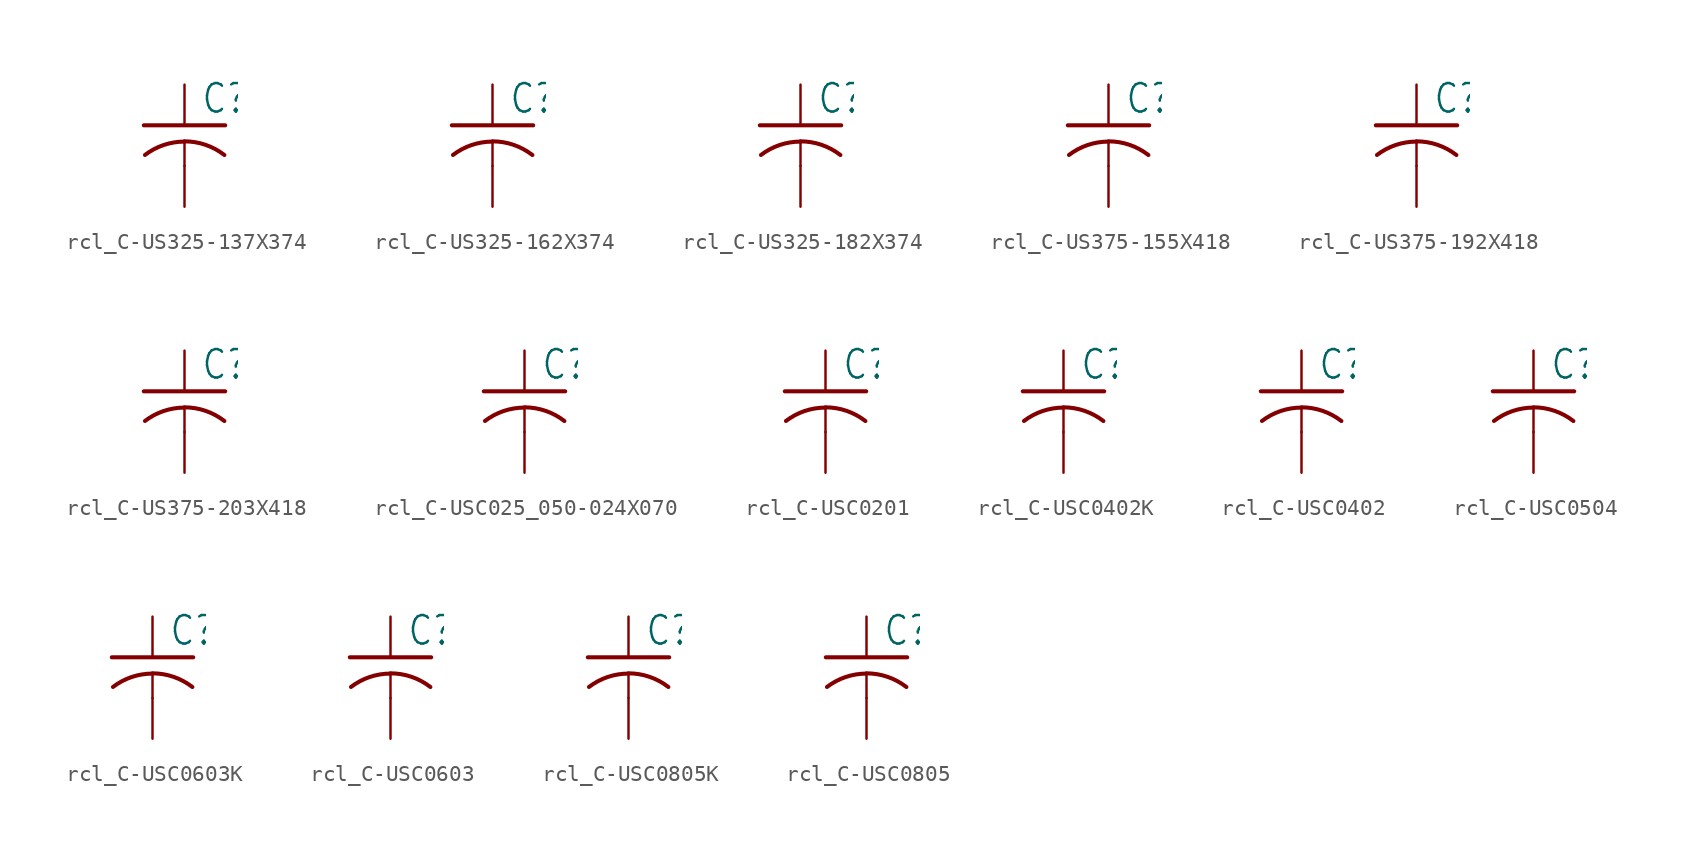
<source format=kicad_sym>
(kicad_symbol_lib
  (version 20241209)
  (generator "kicad_symbol_editor")
  (generator_version "9.0")
  (symbol "rcl_C-US325-137X374"
    (property "Reference" "C"
      (at 1.016 0.635 0)
      (effects (font (size 1.778 1.511)) (justify left bottom)))
    (property "Value" ""
      (at 1.016 -4.191 0)
      (effects (font (size 1.778 1.511)) (justify left bottom)))
    (property "ki_locked" ""
      (at 0 0 0)
      (effects (font (size 1.27 1.27))))
    (symbol "rcl_C-US325-137X374_1_0"
      (polyline (pts (xy -2.54 0) (xy 2.54 0)) (stroke (width 0.254) (type solid)) (fill (type none)))
      (polyline (pts (xy 0 -1.016) (xy 0 -2.54)) (stroke (width 0.152) (type solid)) (fill (type none)))
      (arc (start 0 -1) (mid 1.3158 -1.2195) (end 2.4892 -1.8541) (stroke (width 0.254) (type solid)) (fill (type none)))
      (arc (start -2.4668 -1.8504) (mid -1.302 -1.2303) (end 0 -1.0161) (stroke (width 0.254) (type solid)) (fill (type none)))
      (pin passive line (at 0 2.54 270) (length 2.54) (name "1" (effects (font (size 0 0)))) (number "1" (effects (font (size 0 0)))))
      (pin passive line (at 0 -5.08 90) (length 2.54) (name "2" (effects (font (size 0 0)))) (number "2" (effects (font (size 0 0)))))))
  (symbol "rcl_C-US325-162X374"
    (property "Reference" "C"
      (at 1.016 0.635 0)
      (effects (font (size 1.778 1.511)) (justify left bottom)))
    (property "Value" ""
      (at 1.016 -4.191 0)
      (effects (font (size 1.778 1.511)) (justify left bottom)))
    (property "ki_locked" ""
      (at 0 0 0)
      (effects (font (size 1.27 1.27))))
    (symbol "rcl_C-US325-162X374_1_0"
      (polyline (pts (xy -2.54 0) (xy 2.54 0)) (stroke (width 0.254) (type solid)) (fill (type none)))
      (polyline (pts (xy 0 -1.016) (xy 0 -2.54)) (stroke (width 0.152) (type solid)) (fill (type none)))
      (arc (start 0 -1) (mid 1.3158 -1.2195) (end 2.4892 -1.8541) (stroke (width 0.254) (type solid)) (fill (type none)))
      (arc (start -2.4668 -1.8504) (mid -1.302 -1.2303) (end 0 -1.0161) (stroke (width 0.254) (type solid)) (fill (type none)))
      (pin passive line (at 0 2.54 270) (length 2.54) (name "1" (effects (font (size 0 0)))) (number "1" (effects (font (size 0 0)))))
      (pin passive line (at 0 -5.08 90) (length 2.54) (name "2" (effects (font (size 0 0)))) (number "2" (effects (font (size 0 0)))))))
  (symbol "rcl_C-US325-182X374"
    (property "Reference" "C"
      (at 1.016 0.635 0)
      (effects (font (size 1.778 1.511)) (justify left bottom)))
    (property "Value" ""
      (at 1.016 -4.191 0)
      (effects (font (size 1.778 1.511)) (justify left bottom)))
    (property "ki_locked" ""
      (at 0 0 0)
      (effects (font (size 1.27 1.27))))
    (symbol "rcl_C-US325-182X374_1_0"
      (polyline (pts (xy -2.54 0) (xy 2.54 0)) (stroke (width 0.254) (type solid)) (fill (type none)))
      (polyline (pts (xy 0 -1.016) (xy 0 -2.54)) (stroke (width 0.152) (type solid)) (fill (type none)))
      (arc (start 0 -1) (mid 1.3158 -1.2195) (end 2.4892 -1.8541) (stroke (width 0.254) (type solid)) (fill (type none)))
      (arc (start -2.4668 -1.8504) (mid -1.302 -1.2303) (end 0 -1.0161) (stroke (width 0.254) (type solid)) (fill (type none)))
      (pin passive line (at 0 2.54 270) (length 2.54) (name "1" (effects (font (size 0 0)))) (number "1" (effects (font (size 0 0)))))
      (pin passive line (at 0 -5.08 90) (length 2.54) (name "2" (effects (font (size 0 0)))) (number "2" (effects (font (size 0 0)))))))
  (symbol "rcl_C-US375-155X418"
    (property "Reference" "C"
      (at 1.016 0.635 0)
      (effects (font (size 1.778 1.511)) (justify left bottom)))
    (property "Value" ""
      (at 1.016 -4.191 0)
      (effects (font (size 1.778 1.511)) (justify left bottom)))
    (property "ki_locked" ""
      (at 0 0 0)
      (effects (font (size 1.27 1.27))))
    (symbol "rcl_C-US375-155X418_1_0"
      (polyline (pts (xy -2.54 0) (xy 2.54 0)) (stroke (width 0.254) (type solid)) (fill (type none)))
      (polyline (pts (xy 0 -1.016) (xy 0 -2.54)) (stroke (width 0.152) (type solid)) (fill (type none)))
      (arc (start 0 -1) (mid 1.3158 -1.2195) (end 2.4892 -1.8541) (stroke (width 0.254) (type solid)) (fill (type none)))
      (arc (start -2.4668 -1.8504) (mid -1.302 -1.2303) (end 0 -1.0161) (stroke (width 0.254) (type solid)) (fill (type none)))
      (pin passive line (at 0 2.54 270) (length 2.54) (name "1" (effects (font (size 0 0)))) (number "1" (effects (font (size 0 0)))))
      (pin passive line (at 0 -5.08 90) (length 2.54) (name "2" (effects (font (size 0 0)))) (number "2" (effects (font (size 0 0)))))))
  (symbol "rcl_C-US375-192X418"
    (property "Reference" "C"
      (at 1.016 0.635 0)
      (effects (font (size 1.778 1.511)) (justify left bottom)))
    (property "Value" ""
      (at 1.016 -4.191 0)
      (effects (font (size 1.778 1.511)) (justify left bottom)))
    (property "ki_locked" ""
      (at 0 0 0)
      (effects (font (size 1.27 1.27))))
    (symbol "rcl_C-US375-192X418_1_0"
      (polyline (pts (xy -2.54 0) (xy 2.54 0)) (stroke (width 0.254) (type solid)) (fill (type none)))
      (polyline (pts (xy 0 -1.016) (xy 0 -2.54)) (stroke (width 0.152) (type solid)) (fill (type none)))
      (arc (start 0 -1) (mid 1.3158 -1.2195) (end 2.4892 -1.8541) (stroke (width 0.254) (type solid)) (fill (type none)))
      (arc (start -2.4668 -1.8504) (mid -1.302 -1.2303) (end 0 -1.0161) (stroke (width 0.254) (type solid)) (fill (type none)))
      (pin passive line (at 0 2.54 270) (length 2.54) (name "1" (effects (font (size 0 0)))) (number "1" (effects (font (size 0 0)))))
      (pin passive line (at 0 -5.08 90) (length 2.54) (name "2" (effects (font (size 0 0)))) (number "2" (effects (font (size 0 0)))))))
  (symbol "rcl_C-US375-203X418"
    (property "Reference" "C"
      (at 1.016 0.635 0)
      (effects (font (size 1.778 1.511)) (justify left bottom)))
    (property "Value" ""
      (at 1.016 -4.191 0)
      (effects (font (size 1.778 1.511)) (justify left bottom)))
    (property "ki_locked" ""
      (at 0 0 0)
      (effects (font (size 1.27 1.27))))
    (symbol "rcl_C-US375-203X418_1_0"
      (polyline (pts (xy -2.54 0) (xy 2.54 0)) (stroke (width 0.254) (type solid)) (fill (type none)))
      (polyline (pts (xy 0 -1.016) (xy 0 -2.54)) (stroke (width 0.152) (type solid)) (fill (type none)))
      (arc (start 0 -1) (mid 1.3158 -1.2195) (end 2.4892 -1.8541) (stroke (width 0.254) (type solid)) (fill (type none)))
      (arc (start -2.4668 -1.8504) (mid -1.302 -1.2303) (end 0 -1.0161) (stroke (width 0.254) (type solid)) (fill (type none)))
      (pin passive line (at 0 2.54 270) (length 2.54) (name "1" (effects (font (size 0 0)))) (number "1" (effects (font (size 0 0)))))
      (pin passive line (at 0 -5.08 90) (length 2.54) (name "2" (effects (font (size 0 0)))) (number "2" (effects (font (size 0 0)))))))
  (symbol "rcl_C-USC025_050-024X070"
    (property "Reference" "C"
      (at 1.016 0.635 0)
      (effects (font (size 1.778 1.511)) (justify left bottom)))
    (property "Value" ""
      (at 1.016 -4.191 0)
      (effects (font (size 1.778 1.511)) (justify left bottom)))
    (property "ki_locked" ""
      (at 0 0 0)
      (effects (font (size 1.27 1.27))))
    (symbol "rcl_C-USC025_050-024X070_1_0"
      (polyline (pts (xy -2.54 0) (xy 2.54 0)) (stroke (width 0.254) (type solid)) (fill (type none)))
      (polyline (pts (xy 0 -1.016) (xy 0 -2.54)) (stroke (width 0.152) (type solid)) (fill (type none)))
      (arc (start 0 -1) (mid 1.3158 -1.2195) (end 2.4892 -1.8541) (stroke (width 0.254) (type solid)) (fill (type none)))
      (arc (start -2.4668 -1.8504) (mid -1.302 -1.2303) (end 0 -1.0161) (stroke (width 0.254) (type solid)) (fill (type none)))
      (pin passive line (at 0 2.54 270) (length 2.54) (name "1" (effects (font (size 0 0)))) (number "1" (effects (font (size 0 0)))))
      (pin passive line (at 0 -5.08 90) (length 2.54) (name "2" (effects (font (size 0 0)))) (number "2" (effects (font (size 0 0)))))))
  (symbol "rcl_C-USC0201"
    (property "Reference" "C"
      (at 1.016 0.635 0)
      (effects (font (size 1.778 1.511)) (justify left bottom)))
    (property "Value" ""
      (at 1.016 -4.191 0)
      (effects (font (size 1.778 1.511)) (justify left bottom)))
    (property "ki_locked" ""
      (at 0 0 0)
      (effects (font (size 1.27 1.27))))
    (symbol "rcl_C-USC0201_1_0"
      (polyline (pts (xy -2.54 0) (xy 2.54 0)) (stroke (width 0.254) (type solid)) (fill (type none)))
      (polyline (pts (xy 0 -1.016) (xy 0 -2.54)) (stroke (width 0.152) (type solid)) (fill (type none)))
      (arc (start 0 -1) (mid 1.3158 -1.2195) (end 2.4892 -1.8541) (stroke (width 0.254) (type solid)) (fill (type none)))
      (arc (start -2.4668 -1.8504) (mid -1.302 -1.2303) (end 0 -1.0161) (stroke (width 0.254) (type solid)) (fill (type none)))
      (pin passive line (at 0 2.54 270) (length 2.54) (name "1" (effects (font (size 0 0)))) (number "1" (effects (font (size 0 0)))))
      (pin passive line (at 0 -5.08 90) (length 2.54) (name "2" (effects (font (size 0 0)))) (number "2" (effects (font (size 0 0)))))))
  (symbol "rcl_C-USC0402K"
    (property "Reference" "C"
      (at 1.016 0.635 0)
      (effects (font (size 1.778 1.511)) (justify left bottom)))
    (property "Value" ""
      (at 1.016 -4.191 0)
      (effects (font (size 1.778 1.511)) (justify left bottom)))
    (property "ki_locked" ""
      (at 0 0 0)
      (effects (font (size 1.27 1.27))))
    (symbol "rcl_C-USC0402K_1_0"
      (polyline (pts (xy -2.54 0) (xy 2.54 0)) (stroke (width 0.254) (type solid)) (fill (type none)))
      (polyline (pts (xy 0 -1.016) (xy 0 -2.54)) (stroke (width 0.152) (type solid)) (fill (type none)))
      (arc (start 0 -1) (mid 1.3158 -1.2195) (end 2.4892 -1.8541) (stroke (width 0.254) (type solid)) (fill (type none)))
      (arc (start -2.4668 -1.8504) (mid -1.302 -1.2303) (end 0 -1.0161) (stroke (width 0.254) (type solid)) (fill (type none)))
      (pin passive line (at 0 2.54 270) (length 2.54) (name "1" (effects (font (size 0 0)))) (number "1" (effects (font (size 0 0)))))
      (pin passive line (at 0 -5.08 90) (length 2.54) (name "2" (effects (font (size 0 0)))) (number "2" (effects (font (size 0 0)))))))
  (symbol "rcl_C-USC0402"
    (property "Reference" "C"
      (at 1.016 0.635 0)
      (effects (font (size 1.778 1.511)) (justify left bottom)))
    (property "Value" ""
      (at 1.016 -4.191 0)
      (effects (font (size 1.778 1.511)) (justify left bottom)))
    (property "ki_locked" ""
      (at 0 0 0)
      (effects (font (size 1.27 1.27))))
    (symbol "rcl_C-USC0402_1_0"
      (polyline (pts (xy -2.54 0) (xy 2.54 0)) (stroke (width 0.254) (type solid)) (fill (type none)))
      (polyline (pts (xy 0 -1.016) (xy 0 -2.54)) (stroke (width 0.152) (type solid)) (fill (type none)))
      (arc (start 0 -1) (mid 1.3158 -1.2195) (end 2.4892 -1.8541) (stroke (width 0.254) (type solid)) (fill (type none)))
      (arc (start -2.4668 -1.8504) (mid -1.302 -1.2303) (end 0 -1.0161) (stroke (width 0.254) (type solid)) (fill (type none)))
      (pin passive line (at 0 2.54 270) (length 2.54) (name "1" (effects (font (size 0 0)))) (number "1" (effects (font (size 0 0)))))
      (pin passive line (at 0 -5.08 90) (length 2.54) (name "2" (effects (font (size 0 0)))) (number "2" (effects (font (size 0 0)))))))
  (symbol "rcl_C-USC0504"
    (property "Reference" "C"
      (at 1.016 0.635 0)
      (effects (font (size 1.778 1.511)) (justify left bottom)))
    (property "Value" ""
      (at 1.016 -4.191 0)
      (effects (font (size 1.778 1.511)) (justify left bottom)))
    (property "ki_locked" ""
      (at 0 0 0)
      (effects (font (size 1.27 1.27))))
    (symbol "rcl_C-USC0504_1_0"
      (polyline (pts (xy -2.54 0) (xy 2.54 0)) (stroke (width 0.254) (type solid)) (fill (type none)))
      (polyline (pts (xy 0 -1.016) (xy 0 -2.54)) (stroke (width 0.152) (type solid)) (fill (type none)))
      (arc (start 0 -1) (mid 1.3158 -1.2195) (end 2.4892 -1.8541) (stroke (width 0.254) (type solid)) (fill (type none)))
      (arc (start -2.4668 -1.8504) (mid -1.302 -1.2303) (end 0 -1.0161) (stroke (width 0.254) (type solid)) (fill (type none)))
      (pin passive line (at 0 2.54 270) (length 2.54) (name "1" (effects (font (size 0 0)))) (number "1" (effects (font (size 0 0)))))
      (pin passive line (at 0 -5.08 90) (length 2.54) (name "2" (effects (font (size 0 0)))) (number "2" (effects (font (size 0 0)))))))
  (symbol "rcl_C-USC0603K"
    (property "Reference" "C"
      (at 1.016 0.635 0)
      (effects (font (size 1.778 1.511)) (justify left bottom)))
    (property "Value" ""
      (at 1.016 -4.191 0)
      (effects (font (size 1.778 1.511)) (justify left bottom)))
    (property "ki_locked" ""
      (at 0 0 0)
      (effects (font (size 1.27 1.27))))
    (symbol "rcl_C-USC0603K_1_0"
      (polyline (pts (xy -2.54 0) (xy 2.54 0)) (stroke (width 0.254) (type solid)) (fill (type none)))
      (polyline (pts (xy 0 -1.016) (xy 0 -2.54)) (stroke (width 0.152) (type solid)) (fill (type none)))
      (arc (start 0 -1) (mid 1.3158 -1.2195) (end 2.4892 -1.8541) (stroke (width 0.254) (type solid)) (fill (type none)))
      (arc (start -2.4668 -1.8504) (mid -1.302 -1.2303) (end 0 -1.0161) (stroke (width 0.254) (type solid)) (fill (type none)))
      (pin passive line (at 0 2.54 270) (length 2.54) (name "1" (effects (font (size 0 0)))) (number "1" (effects (font (size 0 0)))))
      (pin passive line (at 0 -5.08 90) (length 2.54) (name "2" (effects (font (size 0 0)))) (number "2" (effects (font (size 0 0)))))))
  (symbol "rcl_C-USC0603"
    (property "Reference" "C"
      (at 1.016 0.635 0)
      (effects (font (size 1.778 1.511)) (justify left bottom)))
    (property "Value" ""
      (at 1.016 -4.191 0)
      (effects (font (size 1.778 1.511)) (justify left bottom)))
    (property "ki_locked" ""
      (at 0 0 0)
      (effects (font (size 1.27 1.27))))
    (symbol "rcl_C-USC0603_1_0"
      (polyline (pts (xy -2.54 0) (xy 2.54 0)) (stroke (width 0.254) (type solid)) (fill (type none)))
      (polyline (pts (xy 0 -1.016) (xy 0 -2.54)) (stroke (width 0.152) (type solid)) (fill (type none)))
      (arc (start 0 -1) (mid 1.3158 -1.2195) (end 2.4892 -1.8541) (stroke (width 0.254) (type solid)) (fill (type none)))
      (arc (start -2.4668 -1.8504) (mid -1.302 -1.2303) (end 0 -1.0161) (stroke (width 0.254) (type solid)) (fill (type none)))
      (pin passive line (at 0 2.54 270) (length 2.54) (name "1" (effects (font (size 0 0)))) (number "1" (effects (font (size 0 0)))))
      (pin passive line (at 0 -5.08 90) (length 2.54) (name "2" (effects (font (size 0 0)))) (number "2" (effects (font (size 0 0)))))))
  (symbol "rcl_C-USC0805K"
    (property "Reference" "C"
      (at 1.016 0.635 0)
      (effects (font (size 1.778 1.511)) (justify left bottom)))
    (property "Value" ""
      (at 1.016 -4.191 0)
      (effects (font (size 1.778 1.511)) (justify left bottom)))
    (property "ki_locked" ""
      (at 0 0 0)
      (effects (font (size 1.27 1.27))))
    (symbol "rcl_C-USC0805K_1_0"
      (polyline (pts (xy -2.54 0) (xy 2.54 0)) (stroke (width 0.254) (type solid)) (fill (type none)))
      (polyline (pts (xy 0 -1.016) (xy 0 -2.54)) (stroke (width 0.152) (type solid)) (fill (type none)))
      (arc (start 0 -1) (mid 1.3158 -1.2195) (end 2.4892 -1.8541) (stroke (width 0.254) (type solid)) (fill (type none)))
      (arc (start -2.4668 -1.8504) (mid -1.302 -1.2303) (end 0 -1.0161) (stroke (width 0.254) (type solid)) (fill (type none)))
      (pin passive line (at 0 2.54 270) (length 2.54) (name "1" (effects (font (size 0 0)))) (number "1" (effects (font (size 0 0)))))
      (pin passive line (at 0 -5.08 90) (length 2.54) (name "2" (effects (font (size 0 0)))) (number "2" (effects (font (size 0 0)))))))
  (symbol "rcl_C-USC0805"
    (property "Reference" "C"
      (at 1.016 0.635 0)
      (effects (font (size 1.778 1.511)) (justify left bottom)))
    (property "Value" ""
      (at 1.016 -4.191 0)
      (effects (font (size 1.778 1.511)) (justify left bottom)))
    (property "ki_locked" ""
      (at 0 0 0)
      (effects (font (size 1.27 1.27))))
    (symbol "rcl_C-USC0805_1_0"
      (polyline (pts (xy -2.54 0) (xy 2.54 0)) (stroke (width 0.254) (type solid)) (fill (type none)))
      (polyline (pts (xy 0 -1.016) (xy 0 -2.54)) (stroke (width 0.152) (type solid)) (fill (type none)))
      (arc (start 0 -1) (mid 1.3158 -1.2195) (end 2.4892 -1.8541) (stroke (width 0.254) (type solid)) (fill (type none)))
      (arc (start -2.4668 -1.8504) (mid -1.302 -1.2303) (end 0 -1.0161) (stroke (width 0.254) (type solid)) (fill (type none)))
      (pin passive line (at 0 2.54 270) (length 2.54) (name "1" (effects (font (size 0 0)))) (number "1" (effects (font (size 0 0)))))
      (pin passive line (at 0 -5.08 90) (length 2.54) (name "2" (effects (font (size 0 0)))) (number "2" (effects (font (size 0 0))))))))
</source>
